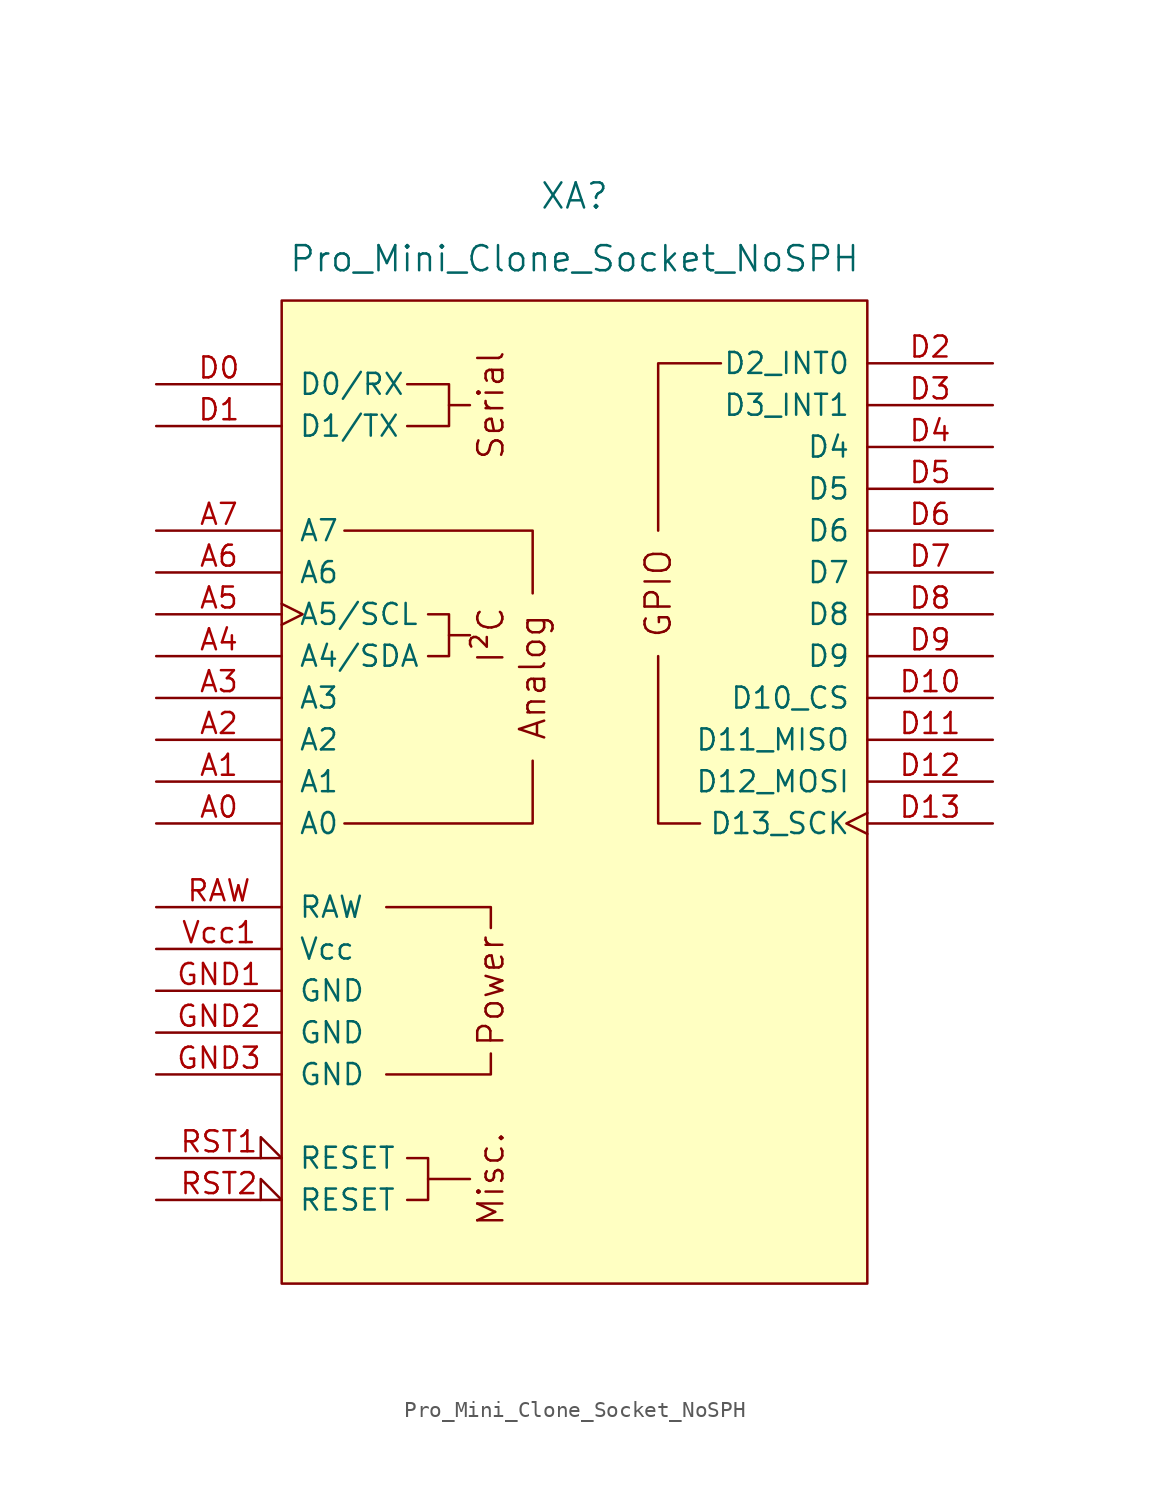
<source format=kicad_sym>
(kicad_symbol_lib
  (version 20211014)
  (generator kicad_symbol_editor)
  (symbol "Pro_Mini_Clone_Socket_NoSPH"
    (pin_names
      (offset 1.016))
    (property "Reference" "XA"
      (at 0 36.83 0)
      (effects (font (size 1.524 1.524))))
    (property "Value" "Pro_Mini_Clone_Socket_NoSPH"
      (at 0 33.02 0)
      (effects (font (size 1.524 1.524))))
    (symbol "Pro_Mini_Clone_Socket_NoSPH_0_0"
      (rectangle (start -17.78 30.48) (end 17.78 -29.21) (stroke (width 0) (type default) (color 0 0 0 0)) (fill (type background)))
      (polyline (pts (xy -7.62 10.16) (xy -6.35 10.16)) (stroke (width 0) (type default) (color 0 0 0 0)) (fill (type none)))
      (polyline (pts (xy -7.62 24.13) (xy -6.35 24.13)) (stroke (width 0) (type default) (color 0 0 0 0)) (fill (type none)))
      (polyline (pts (xy -6.35 -22.86) (xy -8.89 -22.86)) (stroke (width 0) (type default) (color 0 0 0 0)) (fill (type none)))
      (polyline (pts (xy -11.43 -16.51) (xy -5.08 -16.51) (xy -5.08 -15.24)) (stroke (width 0) (type default) (color 0 0 0 0)) (fill (type none)))
      (polyline (pts (xy -5.08 -7.62) (xy -5.08 -6.35) (xy -11.43 -6.35)) (stroke (width 0) (type default) (color 0 0 0 0)) (fill (type none)))
      (polyline (pts (xy -2.54 2.54) (xy -2.54 -1.27) (xy -13.97 -1.27)) (stroke (width 0) (type default) (color 0 0 0 0)) (fill (type none)))
      (polyline (pts (xy -2.54 12.7) (xy -2.54 16.51) (xy -13.97 16.51)) (stroke (width 0) (type default) (color 0 0 0 0)) (fill (type none)))
      (polyline (pts (xy -10.16 25.4) (xy -7.62 25.4) (xy -7.62 22.86) (xy -10.16 22.86)) (stroke (width 0) (type default) (color 0 0 0 0)) (fill (type none)))
      (polyline (pts (xy -8.89 11.43) (xy -7.62 11.43) (xy -7.62 8.89) (xy -8.89 8.89)) (stroke (width 0) (type default) (color 0 0 0 0)) (fill (type none)))
      (text "Analog" (at -2.54 7.62 900) (effects (font (size 1.524 1.524))))
      (text "I²C" (at -5.08 10.16 900) (effects (font (size 1.524 1.524))))
      (text "Misc." (at -5.08 -22.86 900) (effects (font (size 1.524 1.524))))
      (text "Power" (at -5.08 -11.43 900) (effects (font (size 1.524 1.524))))
      (text "Serial" (at -5.08 24.13 900) (effects (font (size 1.524 1.524)))))
    (symbol "Pro_Mini_Clone_Socket_NoSPH_0_1"
      (polyline (pts (xy 7.62 -1.27) (xy 5.08 -1.27) (xy 5.08 8.89)) (stroke (width 0) (type default) (color 0 0 0 0)) (fill (type none)))
      (polyline (pts (xy 8.89 26.67) (xy 5.08 26.67) (xy 5.08 16.51)) (stroke (width 0) (type default) (color 0 0 0 0)) (fill (type none)))
      (polyline (pts (xy -10.16 -24.13) (xy -8.89 -24.13) (xy -8.89 -21.59) (xy -10.16 -21.59)) (stroke (width 0) (type default) (color 0 0 0 0)) (fill (type none))))
    (symbol "Pro_Mini_Clone_Socket_NoSPH_1_0"
      (text "GPIO" (at 5.08 12.7 900) (effects (font (size 1.524 1.524)))))
    (symbol "Pro_Mini_Clone_Socket_NoSPH_1_1"
      (pin bidirectional line (at -25.4 -1.27 0) (length 7.62) (name "A0" (effects (font (size 1.27 1.27)))) (number "A0" (effects (font (size 1.27 1.27)))))
      (pin bidirectional line (at -25.4 1.27 0) (length 7.62) (name "A1" (effects (font (size 1.27 1.27)))) (number "A1" (effects (font (size 1.27 1.27)))))
      (pin bidirectional line (at -25.4 3.81 0) (length 7.62) (name "A2" (effects (font (size 1.27 1.27)))) (number "A2" (effects (font (size 1.27 1.27)))))
      (pin bidirectional line (at -25.4 6.35 0) (length 7.62) (name "A3" (effects (font (size 1.27 1.27)))) (number "A3" (effects (font (size 1.27 1.27)))))
      (pin bidirectional line (at -25.4 8.89 0) (length 7.62) (name "A4/SDA" (effects (font (size 1.27 1.27)))) (number "A4" (effects (font (size 1.27 1.27)))))
      (pin bidirectional clock (at -25.4 11.43 0) (length 7.62) (name "A5/SCL" (effects (font (size 1.27 1.27)))) (number "A5" (effects (font (size 1.27 1.27)))))
      (pin input line (at -25.4 13.97 0) (length 7.62) (name "A6" (effects (font (size 1.27 1.27)))) (number "A6" (effects (font (size 1.27 1.27)))))
      (pin input line (at -25.4 16.51 0) (length 7.62) (name "A7" (effects (font (size 1.27 1.27)))) (number "A7" (effects (font (size 1.27 1.27)))))
      (pin bidirectional line (at -25.4 25.4 0) (length 7.62) (name "D0/RX" (effects (font (size 1.27 1.27)))) (number "D0" (effects (font (size 1.27 1.27)))))
      (pin bidirectional line (at -25.4 22.86 0) (length 7.62) (name "D1/TX" (effects (font (size 1.27 1.27)))) (number "D1" (effects (font (size 1.27 1.27)))))
      (pin bidirectional line (at 25.4 6.35 180) (length 7.62) (name "D10_CS" (effects (font (size 1.27 1.27)))) (number "D10" (effects (font (size 1.27 1.27)))))
      (pin bidirectional line (at 25.4 3.81 180) (length 7.62) (name "D11_MISO" (effects (font (size 1.27 1.27)))) (number "D11" (effects (font (size 1.27 1.27)))))
      (pin bidirectional line (at 25.4 1.27 180) (length 7.62) (name "D12_MOSI" (effects (font (size 1.27 1.27)))) (number "D12" (effects (font (size 1.27 1.27)))))
      (pin bidirectional clock (at 25.4 -1.27 180) (length 7.62) (name "D13_SCK" (effects (font (size 1.27 1.27)))) (number "D13" (effects (font (size 1.27 1.27)))))
      (pin bidirectional line (at 25.4 26.67 180) (length 7.62) (name "D2_INT0" (effects (font (size 1.27 1.27)))) (number "D2" (effects (font (size 1.27 1.27)))))
      (pin bidirectional line (at 25.4 24.13 180) (length 7.62) (name "D3_INT1" (effects (font (size 1.27 1.27)))) (number "D3" (effects (font (size 1.27 1.27)))))
      (pin bidirectional line (at 25.4 21.59 180) (length 7.62) (name "D4" (effects (font (size 1.27 1.27)))) (number "D4" (effects (font (size 1.27 1.27)))))
      (pin bidirectional line (at 25.4 19.05 180) (length 7.62) (name "D5" (effects (font (size 1.27 1.27)))) (number "D5" (effects (font (size 1.27 1.27)))))
      (pin bidirectional line (at 25.4 16.51 180) (length 7.62) (name "D6" (effects (font (size 1.27 1.27)))) (number "D6" (effects (font (size 1.27 1.27)))))
      (pin bidirectional line (at 25.4 13.97 180) (length 7.62) (name "D7" (effects (font (size 1.27 1.27)))) (number "D7" (effects (font (size 1.27 1.27)))))
      (pin bidirectional line (at 25.4 11.43 180) (length 7.62) (name "D8" (effects (font (size 1.27 1.27)))) (number "D8" (effects (font (size 1.27 1.27)))))
      (pin bidirectional line (at 25.4 8.89 180) (length 7.62) (name "D9" (effects (font (size 1.27 1.27)))) (number "D9" (effects (font (size 1.27 1.27)))))
      (pin power_in line (at -25.4 -11.43 0) (length 7.62) (name "GND" (effects (font (size 1.27 1.27)))) (number "GND1" (effects (font (size 1.27 1.27)))))
      (pin power_in line (at -25.4 -13.97 0) (length 7.62) (name "GND" (effects (font (size 1.27 1.27)))) (number "GND2" (effects (font (size 1.27 1.27)))))
      (pin power_in line (at -25.4 -16.51 0) (length 7.62) (name "GND" (effects (font (size 1.27 1.27)))) (number "GND3" (effects (font (size 1.27 1.27)))))
      (pin power_in line (at -25.4 -6.35 0) (length 7.62) (name "RAW" (effects (font (size 1.27 1.27)))) (number "RAW" (effects (font (size 1.27 1.27)))))
      (pin open_collector input_low (at -25.4 -21.59 0) (length 7.62) (name "RESET" (effects (font (size 1.27 1.27)))) (number "RST1" (effects (font (size 1.27 1.27)))))
      (pin open_collector input_low (at -25.4 -24.13 0) (length 7.62) (name "RESET" (effects (font (size 1.27 1.27)))) (number "RST2" (effects (font (size 1.27 1.27)))))
      (pin power_in line (at -25.4 -8.89 0) (length 7.62) (name "Vcc" (effects (font (size 1.27 1.27)))) (number "Vcc1" (effects (font (size 1.27 1.27))))))))
</source>
